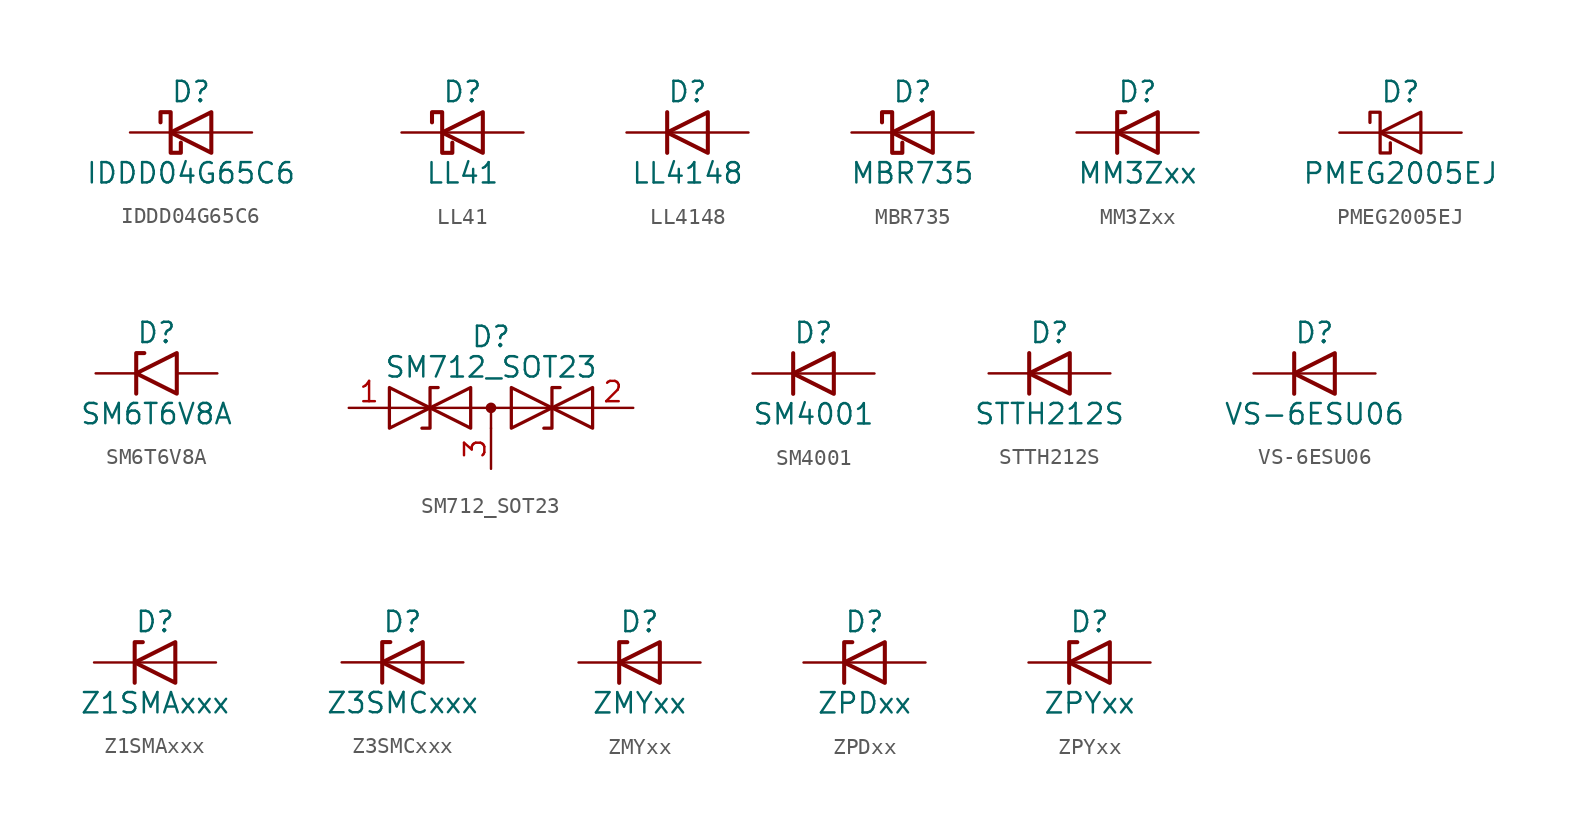
<source format=kicad_sym>
(kicad_symbol_lib
  (version 20201005)
  (generator kicad_symbol_editor)
  (symbol "IDDD04G65C6"
    (pin_numbers hide)
    (pin_names
      (offset 1.016) hide)
    (property "Reference" "D"
      (at 0 2.54 0)
      (effects (font (size 1.27 1.27))))
    (property "Value" "IDDD04G65C6"
      (at 0 -2.54 0)
      (effects (font (size 1.27 1.27))))
    (symbol "IDDD04G65C6_0_1"
      (polyline (pts (xy 1.27 0) (xy -1.27 0)) (stroke (width 0)) (fill (type none)))
      (polyline (pts (xy 1.27 1.27) (xy 1.27 -1.27) (xy -1.27 0) (xy 1.27 1.27)) (stroke (width 0.254)) (fill (type none)))
      (polyline (pts (xy -1.905 0.635) (xy -1.905 1.27) (xy -1.27 1.27) (xy -1.27 -1.27) (xy -0.635 -1.27) (xy -0.635 -0.635)) (stroke (width 0.254)) (fill (type none))))
    (symbol "IDDD04G65C6_1_1"
      (pin no_connect line (at -2.54 0 0) (length 2.54) hide (name "NC" (effects (font (size 1.27 1.27)))) (number "1" (effects (font (size 1.27 1.27)))))
      (pin passive line (at -3.81 0 0) (length 2.54) hide (name "K" (effects (font (size 1.27 1.27)))) (number "10" (effects (font (size 1.27 1.27)))))
      (pin no_connect line (at 2.54 0 180) (length 2.54) hide (name "NC" (effects (font (size 1.27 1.27)))) (number "2" (effects (font (size 1.27 1.27)))))
      (pin passive line (at 3.81 0 180) (length 2.54) (name "A" (effects (font (size 1.27 1.27)))) (number "3" (effects (font (size 1.27 1.27)))))
      (pin passive line (at 3.81 0 180) (length 2.54) hide (name "A" (effects (font (size 1.27 1.27)))) (number "4" (effects (font (size 1.27 1.27)))))
      (pin passive line (at 3.81 0 180) (length 2.54) hide (name "A" (effects (font (size 1.27 1.27)))) (number "5" (effects (font (size 1.27 1.27)))))
      (pin passive line (at -3.81 0 0) (length 2.54) (name "K" (effects (font (size 1.27 1.27)))) (number "6" (effects (font (size 1.27 1.27)))))
      (pin passive line (at -3.81 0 0) (length 2.54) hide (name "K" (effects (font (size 1.27 1.27)))) (number "7" (effects (font (size 1.27 1.27)))))
      (pin passive line (at -3.81 0 0) (length 2.54) hide (name "K" (effects (font (size 1.27 1.27)))) (number "8" (effects (font (size 1.27 1.27)))))
      (pin passive line (at -3.81 0 0) (length 2.54) hide (name "K" (effects (font (size 1.27 1.27)))) (number "9" (effects (font (size 1.27 1.27)))))))
  (symbol "LL41"
    (pin_numbers hide)
    (pin_names
      (offset 1.016) hide)
    (property "Reference" "D"
      (at 0 2.54 0)
      (effects (font (size 1.27 1.27))))
    (property "Value" "LL41"
      (at 0 -2.54 0)
      (effects (font (size 1.27 1.27))))
    (symbol "LL41_0_1"
      (polyline (pts (xy 1.27 0) (xy -1.27 0)) (stroke (width 0)) (fill (type none)))
      (polyline (pts (xy 1.27 1.27) (xy 1.27 -1.27) (xy -1.27 0) (xy 1.27 1.27)) (stroke (width 0.254)) (fill (type none)))
      (polyline (pts (xy -1.905 0.635) (xy -1.905 1.27) (xy -1.27 1.27) (xy -1.27 -1.27) (xy -0.635 -1.27) (xy -0.635 -0.635)) (stroke (width 0.254)) (fill (type none))))
    (symbol "LL41_1_1"
      (pin passive line (at -3.81 0 0) (length 2.54) (name "K" (effects (font (size 1.27 1.27)))) (number "1" (effects (font (size 1.27 1.27)))))
      (pin passive line (at 3.81 0 180) (length 2.54) (name "A" (effects (font (size 1.27 1.27)))) (number "2" (effects (font (size 1.27 1.27)))))))
  (symbol "LL4148"
    (pin_numbers hide)
    (pin_names
      (offset 1.016) hide)
    (property "Reference" "D"
      (at 0 2.54 0)
      (effects (font (size 1.27 1.27))))
    (property "Value" "LL4148"
      (at 0 -2.54 0)
      (effects (font (size 1.27 1.27))))
    (symbol "LL4148_0_1"
      (polyline (pts (xy -1.27 1.27) (xy -1.27 -1.27)) (stroke (width 0.254)) (fill (type none)))
      (polyline (pts (xy 1.27 0) (xy -1.27 0)) (stroke (width 0)) (fill (type none)))
      (polyline (pts (xy 1.27 1.27) (xy 1.27 -1.27) (xy -1.27 0) (xy 1.27 1.27)) (stroke (width 0.254)) (fill (type none))))
    (symbol "LL4148_1_1"
      (pin passive line (at -3.81 0 0) (length 2.54) (name "K" (effects (font (size 1.27 1.27)))) (number "1" (effects (font (size 1.27 1.27)))))
      (pin passive line (at 3.81 0 180) (length 2.54) (name "A" (effects (font (size 1.27 1.27)))) (number "2" (effects (font (size 1.27 1.27)))))))
  (symbol "MBR735"
    (pin_numbers hide)
    (pin_names
      (offset 1.016) hide)
    (property "Reference" "D"
      (at 0 2.54 0)
      (effects (font (size 1.27 1.27))))
    (property "Value" "MBR735"
      (at 0 -2.54 0)
      (effects (font (size 1.27 1.27))))
    (symbol "MBR735_0_1"
      (polyline (pts (xy 1.27 0) (xy -1.27 0)) (stroke (width 0)) (fill (type none)))
      (polyline (pts (xy 1.27 1.27) (xy 1.27 -1.27) (xy -1.27 0) (xy 1.27 1.27)) (stroke (width 0.254)) (fill (type none)))
      (polyline (pts (xy -1.905 0.635) (xy -1.905 1.27) (xy -1.27 1.27) (xy -1.27 -1.27) (xy -0.635 -1.27) (xy -0.635 -0.635)) (stroke (width 0.254)) (fill (type none))))
    (symbol "MBR735_1_1"
      (pin passive line (at -3.81 0 0) (length 2.54) (name "K" (effects (font (size 1.27 1.27)))) (number "1" (effects (font (size 1.27 1.27)))))
      (pin passive line (at 3.81 0 180) (length 2.54) (name "A" (effects (font (size 1.27 1.27)))) (number "2" (effects (font (size 1.27 1.27)))))))
  (symbol "MM3Zxx"
    (pin_numbers hide)
    (pin_names
      (offset 1.016) hide)
    (property "Reference" "D"
      (at 0 2.54 0)
      (effects (font (size 1.27 1.27))))
    (property "Value" "MM3Zxx"
      (at 0 -2.54 0)
      (effects (font (size 1.27 1.27))))
    (symbol "MM3Zxx_0_1"
      (polyline (pts (xy 1.27 0) (xy -1.27 0)) (stroke (width 0)) (fill (type none)))
      (polyline (pts (xy -1.27 -1.27) (xy -1.27 1.27) (xy -0.762 1.27)) (stroke (width 0.254)) (fill (type none)))
      (polyline (pts (xy 1.27 -1.27) (xy 1.27 1.27) (xy -1.27 0) (xy 1.27 -1.27)) (stroke (width 0.254)) (fill (type none))))
    (symbol "MM3Zxx_1_1"
      (pin passive line (at -3.81 0 0) (length 2.54) (name "K" (effects (font (size 1.27 1.27)))) (number "1" (effects (font (size 1.27 1.27)))))
      (pin passive line (at 3.81 0 180) (length 2.54) (name "A" (effects (font (size 1.27 1.27)))) (number "2" (effects (font (size 1.27 1.27)))))))
  (symbol "PMEG2005EJ"
    (pin_numbers hide)
    (pin_names hide)
    (property "Reference" "D"
      (at 0 2.54 0)
      (effects (font (size 1.27 1.27))))
    (property "Value" "PMEG2005EJ"
      (at 0 -2.54 0)
      (effects (font (size 1.27 1.27))))
    (symbol "PMEG2005EJ_0_1"
      (polyline (pts (xy 1.27 0) (xy -1.27 0)) (stroke (width 0)) (fill (type none)))
      (polyline (pts (xy 1.27 1.27) (xy 1.27 -1.27) (xy -1.27 0) (xy 1.27 1.27)) (stroke (width 0.203)) (fill (type none)))
      (polyline (pts (xy -1.905 0.635) (xy -1.905 1.27) (xy -1.27 1.27) (xy -1.27 -1.27) (xy -0.635 -1.27) (xy -0.635 -0.635)) (stroke (width 0.203)) (fill (type none))))
    (symbol "PMEG2005EJ_1_1"
      (pin passive line (at -3.81 0 0) (length 2.54) (name "K" (effects (font (size 1.27 1.27)))) (number "1" (effects (font (size 1.27 1.27)))))
      (pin passive line (at 3.81 0 180) (length 2.54) (name "A" (effects (font (size 1.27 1.27)))) (number "2" (effects (font (size 1.27 1.27)))))))
  (symbol "SM6T6V8A"
    (pin_numbers hide)
    (pin_names
      (offset 1.016) hide)
    (property "Reference" "D"
      (at 0 2.54 0)
      (effects (font (size 1.27 1.27))))
    (property "Value" "SM6T6V8A"
      (at 0 -2.54 0)
      (effects (font (size 1.27 1.27))))
    (symbol "SM6T6V8A_0_1"
      (polyline (pts (xy -0.762 1.27) (xy -1.27 1.27) (xy -1.27 -1.27)) (stroke (width 0.254)) (fill (type none)))
      (polyline (pts (xy 1.27 1.27) (xy 1.27 -1.27) (xy -1.27 0) (xy 1.27 1.27)) (stroke (width 0.254)) (fill (type none))))
    (symbol "SM6T6V8A_1_1"
      (pin passive line (at -3.81 0 0) (length 2.54) (name "A1" (effects (font (size 1.27 1.27)))) (number "1" (effects (font (size 1.27 1.27)))))
      (pin passive line (at 3.81 0 180) (length 2.54) (name "A2" (effects (font (size 1.27 1.27)))) (number "2" (effects (font (size 1.27 1.27)))))))
  (symbol "SM712_SOT23"
    (pin_names
      (offset 1.016) hide)
    (property "Reference" "D"
      (at 0 4.445 0)
      (effects (font (size 1.27 1.27))))
    (property "Value" "SM712_SOT23"
      (at 0 2.54 0)
      (effects (font (size 1.27 1.27))))
    (symbol "SM712_SOT23_0_0"
      (polyline (pts (xy 0 -1.27) (xy 0 0)) (stroke (width 0)) (fill (type none))))
    (symbol "SM712_SOT23_0_1"
      (circle (center 0 0) (radius 0.254) (stroke (width 0)) (fill (type outline)))
      (polyline (pts (xy -6.35 0) (xy 6.35 0)) (stroke (width 0)) (fill (type none)))
      (polyline (pts (xy -3.302 1.27) (xy -3.81 1.27) (xy -3.81 -1.27) (xy -4.318 -1.27)) (stroke (width 0.203)) (fill (type none)))
      (polyline (pts (xy 4.318 1.27) (xy 3.81 1.27) (xy 3.81 -1.27) (xy 3.302 -1.27)) (stroke (width 0.203)) (fill (type none)))
      (polyline (pts (xy -6.35 -1.27) (xy -1.27 1.27) (xy -1.27 -1.27) (xy -6.35 1.27) (xy -6.35 -1.27)) (stroke (width 0.203)) (fill (type none)))
      (polyline (pts (xy 1.27 -1.27) (xy 1.27 1.27) (xy 6.35 -1.27) (xy 6.35 1.27) (xy 1.27 -1.27)) (stroke (width 0.203)) (fill (type none))))
    (symbol "SM712_SOT23_1_1"
      (pin passive line (at -8.89 0 0) (length 2.54) (name "A1" (effects (font (size 1.27 1.27)))) (number "1" (effects (font (size 1.27 1.27)))))
      (pin passive line (at 8.89 0 180) (length 2.54) (name "A2" (effects (font (size 1.27 1.27)))) (number "2" (effects (font (size 1.27 1.27)))))
      (pin input line (at 0 -3.81 90) (length 2.54) (name "common" (effects (font (size 1.27 1.27)))) (number "3" (effects (font (size 1.27 1.27)))))))
  (symbol "SM4001"
    (pin_numbers hide)
    (pin_names
      (offset 1.016) hide)
    (property "Reference" "D"
      (at 0 2.54 0)
      (effects (font (size 1.27 1.27))))
    (property "Value" "SM4001"
      (at 0 -2.54 0)
      (effects (font (size 1.27 1.27))))
    (symbol "SM4001_0_1"
      (polyline (pts (xy -1.27 1.27) (xy -1.27 -1.27)) (stroke (width 0.254)) (fill (type none)))
      (polyline (pts (xy 1.27 0) (xy -1.27 0)) (stroke (width 0)) (fill (type none)))
      (polyline (pts (xy 1.27 1.27) (xy 1.27 -1.27) (xy -1.27 0) (xy 1.27 1.27)) (stroke (width 0.254)) (fill (type none))))
    (symbol "SM4001_1_1"
      (pin passive line (at -3.81 0 0) (length 2.54) (name "K" (effects (font (size 1.27 1.27)))) (number "1" (effects (font (size 1.27 1.27)))))
      (pin passive line (at 3.81 0 180) (length 2.54) (name "A" (effects (font (size 1.27 1.27)))) (number "2" (effects (font (size 1.27 1.27)))))))
  (symbol "STTH212S"
    (pin_numbers hide)
    (pin_names
      (offset 1.016) hide)
    (property "Reference" "D"
      (at 0 2.54 0)
      (effects (font (size 1.27 1.27))))
    (property "Value" "STTH212S"
      (at 0 -2.54 0)
      (effects (font (size 1.27 1.27))))
    (symbol "STTH212S_0_1"
      (polyline (pts (xy -1.27 1.27) (xy -1.27 -1.27)) (stroke (width 0.254)) (fill (type none)))
      (polyline (pts (xy 1.27 0) (xy -1.27 0)) (stroke (width 0)) (fill (type none)))
      (polyline (pts (xy 1.27 1.27) (xy 1.27 -1.27) (xy -1.27 0) (xy 1.27 1.27)) (stroke (width 0.254)) (fill (type none))))
    (symbol "STTH212S_1_1"
      (pin passive line (at -3.81 0 0) (length 2.54) (name "K" (effects (font (size 1.27 1.27)))) (number "1" (effects (font (size 1.27 1.27)))))
      (pin passive line (at 3.81 0 180) (length 2.54) (name "A" (effects (font (size 1.27 1.27)))) (number "2" (effects (font (size 1.27 1.27)))))))
  (symbol "VS-6ESU06"
    (pin_numbers hide)
    (pin_names hide)
    (property "Reference" "D"
      (at 0 2.54 0)
      (effects (font (size 1.27 1.27))))
    (property "Value" "VS-6ESU06"
      (at 0 -2.54 0)
      (effects (font (size 1.27 1.27))))
    (symbol "VS-6ESU06_0_1"
      (polyline (pts (xy -1.27 1.27) (xy -1.27 -1.27)) (stroke (width 0.254)) (fill (type none)))
      (polyline (pts (xy 1.27 0) (xy -1.27 0)) (stroke (width 0)) (fill (type none)))
      (polyline (pts (xy 1.27 1.27) (xy 1.27 -1.27) (xy -1.27 0) (xy 1.27 1.27)) (stroke (width 0.254)) (fill (type none))))
    (symbol "VS-6ESU06_1_1"
      (pin passive line (at 3.81 0 180) (length 2.54) (name "A" (effects (font (size 1.27 1.27)))) (number "1" (effects (font (size 1.27 1.27)))))
      (pin passive line (at 3.81 0 180) (length 2.54) hide (name "A" (effects (font (size 1.27 1.27)))) (number "2" (effects (font (size 1.27 1.27)))))
      (pin passive line (at -3.81 0 0) (length 2.54) (name "K" (effects (font (size 1.27 1.27)))) (number "3" (effects (font (size 1.27 1.27)))))))
  (symbol "Z1SMAxxx"
    (pin_numbers hide)
    (pin_names
      (offset 1.016) hide)
    (property "Reference" "D"
      (at 0 2.54 0)
      (effects (font (size 1.27 1.27))))
    (property "Value" "Z1SMAxxx"
      (at 0 -2.54 0)
      (effects (font (size 1.27 1.27))))
    (symbol "Z1SMAxxx_0_1"
      (polyline (pts (xy 1.27 0) (xy -1.27 0)) (stroke (width 0)) (fill (type none)))
      (polyline (pts (xy -1.27 -1.27) (xy -1.27 1.27) (xy -0.762 1.27)) (stroke (width 0.254)) (fill (type none)))
      (polyline (pts (xy 1.27 -1.27) (xy 1.27 1.27) (xy -1.27 0) (xy 1.27 -1.27)) (stroke (width 0.254)) (fill (type none))))
    (symbol "Z1SMAxxx_1_1"
      (pin passive line (at -3.81 0 0) (length 2.54) (name "K" (effects (font (size 1.27 1.27)))) (number "1" (effects (font (size 1.27 1.27)))))
      (pin passive line (at 3.81 0 180) (length 2.54) (name "A" (effects (font (size 1.27 1.27)))) (number "2" (effects (font (size 1.27 1.27)))))))
  (symbol "Z3SMCxxx"
    (pin_numbers hide)
    (pin_names
      (offset 1.016) hide)
    (property "Reference" "D"
      (at 0 2.54 0)
      (effects (font (size 1.27 1.27))))
    (property "Value" "Z3SMCxxx"
      (at 0 -2.54 0)
      (effects (font (size 1.27 1.27))))
    (symbol "Z3SMCxxx_0_1"
      (polyline (pts (xy 1.27 0) (xy -1.27 0)) (stroke (width 0)) (fill (type none)))
      (polyline (pts (xy -1.27 -1.27) (xy -1.27 1.27) (xy -0.762 1.27)) (stroke (width 0.254)) (fill (type none)))
      (polyline (pts (xy 1.27 -1.27) (xy 1.27 1.27) (xy -1.27 0) (xy 1.27 -1.27)) (stroke (width 0.254)) (fill (type none))))
    (symbol "Z3SMCxxx_1_1"
      (pin passive line (at -3.81 0 0) (length 2.54) (name "K" (effects (font (size 1.27 1.27)))) (number "1" (effects (font (size 1.27 1.27)))))
      (pin passive line (at 3.81 0 180) (length 2.54) (name "A" (effects (font (size 1.27 1.27)))) (number "2" (effects (font (size 1.27 1.27)))))))
  (symbol "ZMYxx"
    (pin_numbers hide)
    (pin_names
      (offset 1.016) hide)
    (property "Reference" "D"
      (at 0 2.54 0)
      (effects (font (size 1.27 1.27))))
    (property "Value" "ZMYxx"
      (at 0 -2.54 0)
      (effects (font (size 1.27 1.27))))
    (symbol "ZMYxx_0_1"
      (polyline (pts (xy 1.27 0) (xy -1.27 0)) (stroke (width 0)) (fill (type none)))
      (polyline (pts (xy -1.27 -1.27) (xy -1.27 1.27) (xy -0.762 1.27)) (stroke (width 0.254)) (fill (type none)))
      (polyline (pts (xy 1.27 -1.27) (xy 1.27 1.27) (xy -1.27 0) (xy 1.27 -1.27)) (stroke (width 0.254)) (fill (type none))))
    (symbol "ZMYxx_1_1"
      (pin passive line (at -3.81 0 0) (length 2.54) (name "K" (effects (font (size 1.27 1.27)))) (number "1" (effects (font (size 1.27 1.27)))))
      (pin passive line (at 3.81 0 180) (length 2.54) (name "A" (effects (font (size 1.27 1.27)))) (number "2" (effects (font (size 1.27 1.27)))))))
  (symbol "ZPDxx"
    (pin_numbers hide)
    (pin_names
      (offset 1.016) hide)
    (property "Reference" "D"
      (at 0 2.54 0)
      (effects (font (size 1.27 1.27))))
    (property "Value" "ZPDxx"
      (at 0 -2.54 0)
      (effects (font (size 1.27 1.27))))
    (symbol "ZPDxx_0_1"
      (polyline (pts (xy 1.27 0) (xy -1.27 0)) (stroke (width 0)) (fill (type none)))
      (polyline (pts (xy -1.27 -1.27) (xy -1.27 1.27) (xy -0.762 1.27)) (stroke (width 0.254)) (fill (type none)))
      (polyline (pts (xy 1.27 -1.27) (xy 1.27 1.27) (xy -1.27 0) (xy 1.27 -1.27)) (stroke (width 0.254)) (fill (type none))))
    (symbol "ZPDxx_1_1"
      (pin passive line (at -3.81 0 0) (length 2.54) (name "K" (effects (font (size 1.27 1.27)))) (number "1" (effects (font (size 1.27 1.27)))))
      (pin passive line (at 3.81 0 180) (length 2.54) (name "A" (effects (font (size 1.27 1.27)))) (number "2" (effects (font (size 1.27 1.27)))))))
  (symbol "ZPYxx"
    (pin_numbers hide)
    (pin_names
      (offset 1.016) hide)
    (property "Reference" "D"
      (at 0 2.54 0)
      (effects (font (size 1.27 1.27))))
    (property "Value" "ZPYxx"
      (at 0 -2.54 0)
      (effects (font (size 1.27 1.27))))
    (symbol "ZPYxx_0_1"
      (polyline (pts (xy 1.27 0) (xy -1.27 0)) (stroke (width 0)) (fill (type none)))
      (polyline (pts (xy -1.27 -1.27) (xy -1.27 1.27) (xy -0.762 1.27)) (stroke (width 0.254)) (fill (type none)))
      (polyline (pts (xy 1.27 -1.27) (xy 1.27 1.27) (xy -1.27 0) (xy 1.27 -1.27)) (stroke (width 0.254)) (fill (type none))))
    (symbol "ZPYxx_1_1"
      (pin passive line (at -3.81 0 0) (length 2.54) (name "K" (effects (font (size 1.27 1.27)))) (number "1" (effects (font (size 1.27 1.27)))))
      (pin passive line (at 3.81 0 180) (length 2.54) (name "A" (effects (font (size 1.27 1.27)))) (number "2" (effects (font (size 1.27 1.27))))))))
</source>
